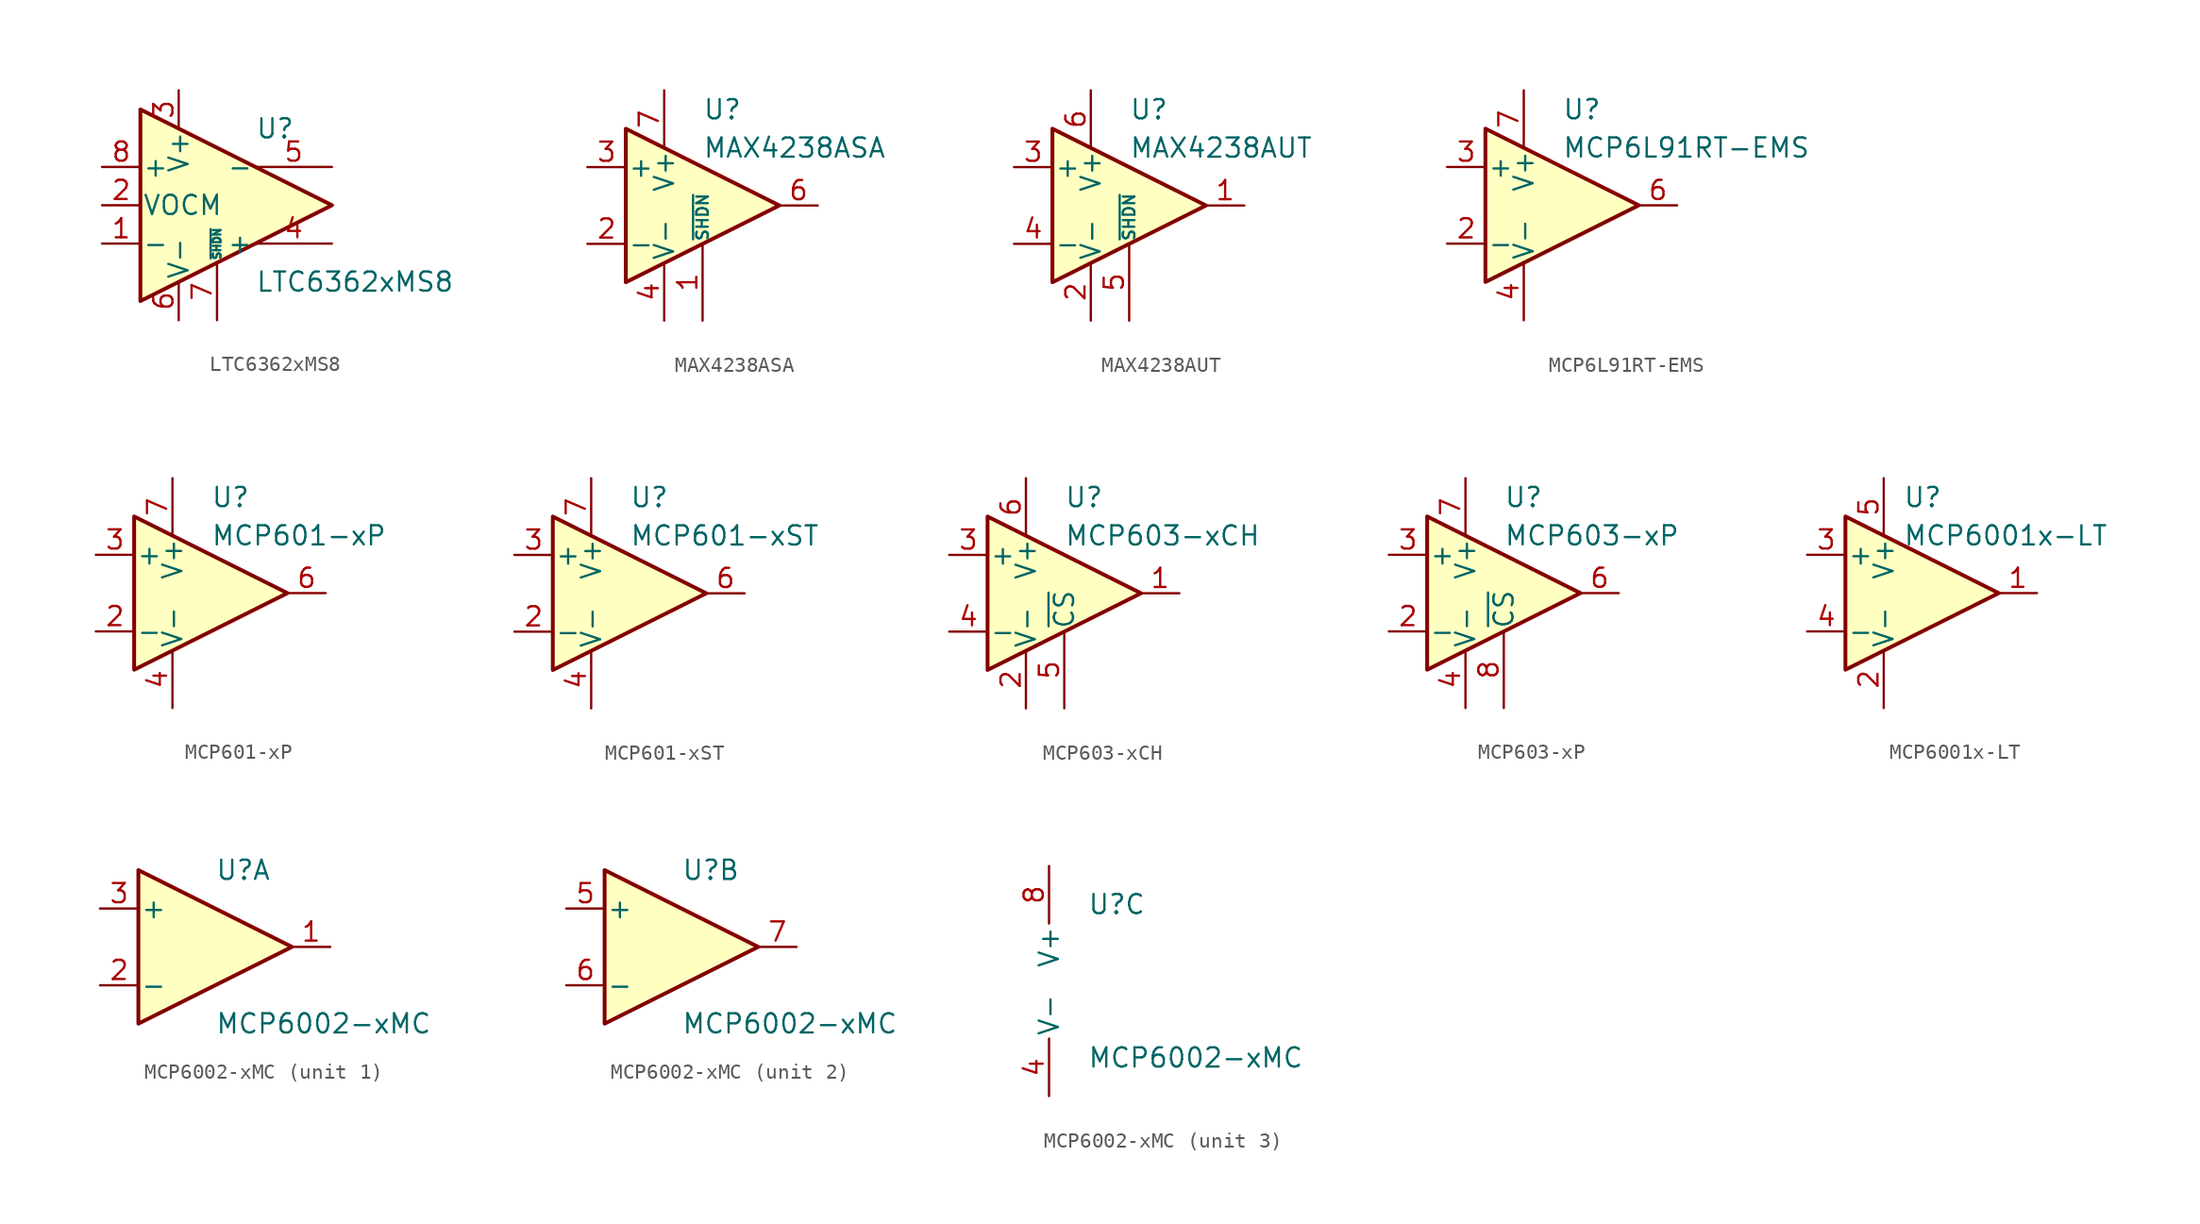
<source format=kicad_sym>
(kicad_symbol_lib
  (version 20201005)
  (generator kicad_symbol_editor)
  (symbol "Amplifier_Operational:LTC6362xMS8"
    (pin_names
      (offset 0.127))
    (property "Reference" "U"
      (at 2.54 5.08 0)
      (effects (font (size 1.27 1.27)) (justify left)))
    (property "Value" "LTC6362xMS8"
      (at 2.54 -5.08 0)
      (effects (font (size 1.27 1.27)) (justify left)))
    (symbol "LTC6362xMS8_0_1"
      (polyline (pts (xy -5.08 6.35) (xy -5.08 -6.35) (xy 7.62 0) (xy -5.08 6.35)) (stroke (width 0.254)) (fill (type background))))
    (symbol "LTC6362xMS8_1_1"
      (pin input line (at -7.62 -2.54 0) (length 2.54) (name "-" (effects (font (size 1.27 1.27)))) (number "1" (effects (font (size 1.27 1.27)))))
      (pin input line (at -7.62 0 0) (length 2.54) (name "VOCM" (effects (font (size 1.27 1.27)))) (number "2" (effects (font (size 1.27 1.27)))))
      (pin power_in line (at -2.54 7.62 270) (length 2.54) (name "V+" (effects (font (size 1.27 1.27)))) (number "3" (effects (font (size 1.27 1.27)))))
      (pin output line (at 7.62 -2.54 180) (length 5.08) (name "+" (effects (font (size 1.27 1.27)))) (number "4" (effects (font (size 1.27 1.27)))))
      (pin output line (at 7.62 2.54 180) (length 5.08) (name "-" (effects (font (size 1.27 1.27)))) (number "5" (effects (font (size 1.27 1.27)))))
      (pin power_in line (at -2.54 -7.62 90) (length 2.54) (name "V-" (effects (font (size 1.27 1.27)))) (number "6" (effects (font (size 1.27 1.27)))))
      (pin input line (at 0 -7.62 90) (length 3.81) (name "~SHDN" (effects (font (size 0.508 0.508)))) (number "7" (effects (font (size 1.27 1.27)))))
      (pin input line (at -7.62 2.54 0) (length 2.54) (name "+" (effects (font (size 1.27 1.27)))) (number "8" (effects (font (size 1.27 1.27)))))))
  (symbol "Amplifier_Operational:MAX4238ASA"
    (pin_names
      (offset 0.127))
    (property "Reference" "U"
      (at 0 6.35 0)
      (effects (font (size 1.27 1.27)) (justify left)))
    (property "Value" "MAX4238ASA"
      (at 0 3.81 0)
      (effects (font (size 1.27 1.27)) (justify left)))
    (symbol "MAX4238ASA_0_1"
      (polyline (pts (xy -5.08 5.08) (xy 5.08 0) (xy -5.08 -5.08) (xy -5.08 5.08)) (stroke (width 0.254)) (fill (type background))))
    (symbol "MAX4238ASA_1_1"
      (pin input line (at 0 -7.62 90) (length 5.08) (name "~SHDN" (effects (font (size 0.762 0.762)))) (number "1" (effects (font (size 1.27 1.27)))))
      (pin input line (at -7.62 -2.54 0) (length 2.54) (name "-" (effects (font (size 1.27 1.27)))) (number "2" (effects (font (size 1.27 1.27)))))
      (pin input line (at -7.62 2.54 0) (length 2.54) (name "+" (effects (font (size 1.27 1.27)))) (number "3" (effects (font (size 1.27 1.27)))))
      (pin power_in line (at -2.54 -7.62 90) (length 3.81) (name "V-" (effects (font (size 1.27 1.27)))) (number "4" (effects (font (size 1.27 1.27)))))
      (pin no_connect line (at 0 -2.54 90) (length 2.54) hide (name "NC" (effects (font (size 1.27 1.27)))) (number "5" (effects (font (size 1.27 1.27)))))
      (pin output line (at 7.62 0 180) (length 2.54) (name "~" (effects (font (size 1.27 1.27)))) (number "6" (effects (font (size 1.27 1.27)))))
      (pin power_in line (at -2.54 7.62 270) (length 3.81) (name "V+" (effects (font (size 1.27 1.27)))) (number "7" (effects (font (size 1.27 1.27)))))
      (pin no_connect line (at 0 2.54 270) (length 2.54) hide (name "NC" (effects (font (size 1.27 1.27)))) (number "8" (effects (font (size 1.27 1.27)))))))
  (symbol "Amplifier_Operational:MAX4238AUT"
    (pin_names
      (offset 0.127))
    (property "Reference" "U"
      (at 0 6.35 0)
      (effects (font (size 1.27 1.27)) (justify left)))
    (property "Value" "MAX4238AUT"
      (at 0 3.81 0)
      (effects (font (size 1.27 1.27)) (justify left)))
    (symbol "MAX4238AUT_0_1"
      (polyline (pts (xy -5.08 5.08) (xy 5.08 0) (xy -5.08 -5.08) (xy -5.08 5.08)) (stroke (width 0.254)) (fill (type background))))
    (symbol "MAX4238AUT_1_1"
      (pin output line (at 7.62 0 180) (length 2.54) (name "~" (effects (font (size 1.27 1.27)))) (number "1" (effects (font (size 1.27 1.27)))))
      (pin power_in line (at -2.54 -7.62 90) (length 3.81) (name "V-" (effects (font (size 1.27 1.27)))) (number "2" (effects (font (size 1.27 1.27)))))
      (pin input line (at -7.62 2.54 0) (length 2.54) (name "+" (effects (font (size 1.27 1.27)))) (number "3" (effects (font (size 1.27 1.27)))))
      (pin input line (at -7.62 -2.54 0) (length 2.54) (name "-" (effects (font (size 1.27 1.27)))) (number "4" (effects (font (size 1.27 1.27)))))
      (pin input line (at 0 -7.62 90) (length 5.08) (name "~SHDN" (effects (font (size 0.762 0.762)))) (number "5" (effects (font (size 1.27 1.27)))))
      (pin power_in line (at -2.54 7.62 270) (length 3.81) (name "V+" (effects (font (size 1.27 1.27)))) (number "6" (effects (font (size 1.27 1.27)))))))
  (symbol "Amplifier_Operational:MCP6L91RT-EMS"
    (pin_names
      (offset 0.127))
    (property "Reference" "U"
      (at 0 6.35 0)
      (effects (font (size 1.27 1.27)) (justify left)))
    (property "Value" "MCP6L91RT-EMS"
      (at 0 3.81 0)
      (effects (font (size 1.27 1.27)) (justify left)))
    (symbol "MCP6L91RT-EMS_0_1"
      (polyline (pts (xy -5.08 5.08) (xy 5.08 0) (xy -5.08 -5.08) (xy -5.08 5.08)) (stroke (width 0.254)) (fill (type background))))
    (symbol "MCP6L91RT-EMS_1_1"
      (pin no_connect line (at -2.54 2.54 270) (length 2.54) hide (name "NC" (effects (font (size 1.27 1.27)))) (number "1" (effects (font (size 1.27 1.27)))))
      (pin input line (at -7.62 -2.54 0) (length 2.54) (name "-" (effects (font (size 1.27 1.27)))) (number "2" (effects (font (size 1.27 1.27)))))
      (pin input line (at -7.62 2.54 0) (length 2.54) (name "+" (effects (font (size 1.27 1.27)))) (number "3" (effects (font (size 1.27 1.27)))))
      (pin power_in line (at -2.54 -7.62 90) (length 3.81) (name "V-" (effects (font (size 1.27 1.27)))) (number "4" (effects (font (size 1.27 1.27)))))
      (pin no_connect line (at 0 2.54 270) (length 2.54) hide (name "NC" (effects (font (size 1.27 1.27)))) (number "5" (effects (font (size 1.27 1.27)))))
      (pin output line (at 7.62 0 180) (length 2.54) (name "~" (effects (font (size 1.27 1.27)))) (number "6" (effects (font (size 1.27 1.27)))))
      (pin power_in line (at -2.54 7.62 270) (length 3.81) (name "V+" (effects (font (size 1.27 1.27)))) (number "7" (effects (font (size 1.27 1.27)))))
      (pin no_connect line (at 0 -2.54 90) (length 2.54) hide (name "NC" (effects (font (size 1.27 1.27)))) (number "8" (effects (font (size 1.27 1.27)))))))
  (symbol "Amplifier_Operational:MCP601-xP"
    (pin_names
      (offset 0.127))
    (property "Reference" "U"
      (at 0 6.35 0)
      (effects (font (size 1.27 1.27)) (justify left)))
    (property "Value" "MCP601-xP"
      (at 0 3.81 0)
      (effects (font (size 1.27 1.27)) (justify left)))
    (symbol "MCP601-xP_0_1"
      (polyline (pts (xy -5.08 5.08) (xy 5.08 0) (xy -5.08 -5.08) (xy -5.08 5.08)) (stroke (width 0.254)) (fill (type background))))
    (symbol "MCP601-xP_1_1"
      (pin no_connect line (at -5.08 -2.54 90) (length 2.54) hide (name "NC" (effects (font (size 1.27 1.27)))) (number "1" (effects (font (size 1.27 1.27)))))
      (pin input line (at -7.62 -2.54 0) (length 2.54) (name "-" (effects (font (size 1.27 1.27)))) (number "2" (effects (font (size 1.27 1.27)))))
      (pin input line (at -7.62 2.54 0) (length 2.54) (name "+" (effects (font (size 1.27 1.27)))) (number "3" (effects (font (size 1.27 1.27)))))
      (pin power_in line (at -2.54 -7.62 90) (length 3.81) (name "V-" (effects (font (size 1.27 1.27)))) (number "4" (effects (font (size 1.27 1.27)))))
      (pin no_connect line (at -2.54 -2.54 90) (length 2.54) hide (name "NC" (effects (font (size 1.27 1.27)))) (number "5" (effects (font (size 1.27 1.27)))))
      (pin output line (at 7.62 0 180) (length 2.54) (name "~" (effects (font (size 1.27 1.27)))) (number "6" (effects (font (size 1.27 1.27)))))
      (pin power_in line (at -2.54 7.62 270) (length 3.81) (name "V+" (effects (font (size 1.27 1.27)))) (number "7" (effects (font (size 1.27 1.27)))))
      (pin no_connect line (at 0 -2.54 90) (length 2.54) hide (name "NC" (effects (font (size 1.27 1.27)))) (number "8" (effects (font (size 1.27 1.27)))))))
  (symbol "Amplifier_Operational:MCP601-xST"
    (pin_names
      (offset 0.127))
    (property "Reference" "U"
      (at 0 6.35 0)
      (effects (font (size 1.27 1.27)) (justify left)))
    (property "Value" "MCP601-xST"
      (at 0 3.81 0)
      (effects (font (size 1.27 1.27)) (justify left)))
    (symbol "MCP601-xST_0_1"
      (polyline (pts (xy -5.08 5.08) (xy 5.08 0) (xy -5.08 -5.08) (xy -5.08 5.08)) (stroke (width 0.254)) (fill (type background))))
    (symbol "MCP601-xST_1_1"
      (pin no_connect line (at -2.54 2.54 270) (length 2.54) hide (name "NC" (effects (font (size 1.27 1.27)))) (number "1" (effects (font (size 1.27 1.27)))))
      (pin input line (at -7.62 -2.54 0) (length 2.54) (name "-" (effects (font (size 1.27 1.27)))) (number "2" (effects (font (size 1.27 1.27)))))
      (pin input line (at -7.62 2.54 0) (length 2.54) (name "+" (effects (font (size 1.27 1.27)))) (number "3" (effects (font (size 1.27 1.27)))))
      (pin power_in line (at -2.54 -7.62 90) (length 3.81) (name "V-" (effects (font (size 1.27 1.27)))) (number "4" (effects (font (size 1.27 1.27)))))
      (pin no_connect line (at 0 2.54 270) (length 2.54) hide (name "NC" (effects (font (size 1.27 1.27)))) (number "5" (effects (font (size 1.27 1.27)))))
      (pin output line (at 7.62 0 180) (length 2.54) (name "~" (effects (font (size 1.27 1.27)))) (number "6" (effects (font (size 1.27 1.27)))))
      (pin power_in line (at -2.54 7.62 270) (length 3.81) (name "V+" (effects (font (size 1.27 1.27)))) (number "7" (effects (font (size 1.27 1.27)))))
      (pin no_connect line (at 0 -2.54 90) (length 2.54) hide (name "NC" (effects (font (size 1.27 1.27)))) (number "8" (effects (font (size 1.27 1.27)))))))
  (symbol "Amplifier_Operational:MCP603-xCH"
    (pin_names
      (offset 0.127))
    (property "Reference" "U"
      (at 0 6.35 0)
      (effects (font (size 1.27 1.27)) (justify left)))
    (property "Value" "MCP603-xCH"
      (at 0 3.81 0)
      (effects (font (size 1.27 1.27)) (justify left)))
    (symbol "MCP603-xCH_0_1"
      (polyline (pts (xy -5.08 5.08) (xy 5.08 0) (xy -5.08 -5.08) (xy -5.08 5.08)) (stroke (width 0.254)) (fill (type background))))
    (symbol "MCP603-xCH_1_1"
      (pin output line (at 7.62 0 180) (length 2.54) (name "~" (effects (font (size 1.27 1.27)))) (number "1" (effects (font (size 1.27 1.27)))))
      (pin power_in line (at -2.54 -7.62 90) (length 3.81) (name "V-" (effects (font (size 1.27 1.27)))) (number "2" (effects (font (size 1.27 1.27)))))
      (pin input line (at -7.62 2.54 0) (length 2.54) (name "+" (effects (font (size 1.27 1.27)))) (number "3" (effects (font (size 1.27 1.27)))))
      (pin input line (at -7.62 -2.54 0) (length 2.54) (name "-" (effects (font (size 1.27 1.27)))) (number "4" (effects (font (size 1.27 1.27)))))
      (pin input line (at 0 -7.62 90) (length 5.08) (name "~CS" (effects (font (size 1.27 1.27)))) (number "5" (effects (font (size 1.27 1.27)))))
      (pin power_in line (at -2.54 7.62 270) (length 3.81) (name "V+" (effects (font (size 1.27 1.27)))) (number "6" (effects (font (size 1.27 1.27)))))))
  (symbol "Amplifier_Operational:MCP603-xP"
    (pin_names
      (offset 0.127))
    (property "Reference" "U"
      (at 0 6.35 0)
      (effects (font (size 1.27 1.27)) (justify left)))
    (property "Value" "MCP603-xP"
      (at 0 3.81 0)
      (effects (font (size 1.27 1.27)) (justify left)))
    (symbol "MCP603-xP_0_1"
      (polyline (pts (xy -5.08 5.08) (xy 5.08 0) (xy -5.08 -5.08) (xy -5.08 5.08)) (stroke (width 0.254)) (fill (type background))))
    (symbol "MCP603-xP_1_1"
      (pin no_connect line (at 0 -2.54 90) (length 2.54) hide (name "NC" (effects (font (size 1.27 1.27)))) (number "1" (effects (font (size 1.27 1.27)))))
      (pin input line (at -7.62 -2.54 0) (length 2.54) (name "-" (effects (font (size 1.27 1.27)))) (number "2" (effects (font (size 1.27 1.27)))))
      (pin input line (at -7.62 2.54 0) (length 2.54) (name "+" (effects (font (size 1.27 1.27)))) (number "3" (effects (font (size 1.27 1.27)))))
      (pin power_in line (at -2.54 -7.62 90) (length 3.81) (name "V-" (effects (font (size 1.27 1.27)))) (number "4" (effects (font (size 1.27 1.27)))))
      (pin no_connect line (at -2.54 -2.54 90) (length 2.54) hide (name "NC" (effects (font (size 1.27 1.27)))) (number "5" (effects (font (size 1.27 1.27)))))
      (pin output line (at 7.62 0 180) (length 2.54) (name "~" (effects (font (size 1.27 1.27)))) (number "6" (effects (font (size 1.27 1.27)))))
      (pin power_in line (at -2.54 7.62 270) (length 3.81) (name "V+" (effects (font (size 1.27 1.27)))) (number "7" (effects (font (size 1.27 1.27)))))
      (pin input line (at 0 -7.62 90) (length 5.08) (name "~CS" (effects (font (size 1.27 1.27)))) (number "8" (effects (font (size 1.27 1.27)))))))
  (symbol "Amplifier_Operational:MCP6001x-LT"
    (pin_names
      (offset 0.127))
    (property "Reference" "U"
      (at -1.27 6.35 0)
      (effects (font (size 1.27 1.27)) (justify left)))
    (property "Value" "MCP6001x-LT"
      (at -1.27 3.81 0)
      (effects (font (size 1.27 1.27)) (justify left)))
    (symbol "MCP6001x-LT_0_1"
      (polyline (pts (xy -5.08 5.08) (xy 5.08 0) (xy -5.08 -5.08) (xy -5.08 5.08)) (stroke (width 0.254)) (fill (type background)))
      (pin power_in line (at -2.54 -7.62 90) (length 3.81) (name "V-" (effects (font (size 1.27 1.27)))) (number "2" (effects (font (size 1.27 1.27)))))
      (pin power_in line (at -2.54 7.62 270) (length 3.81) (name "V+" (effects (font (size 1.27 1.27)))) (number "5" (effects (font (size 1.27 1.27))))))
    (symbol "MCP6001x-LT_1_1"
      (pin output line (at 7.62 0 180) (length 2.54) (name "~" (effects (font (size 1.27 1.27)))) (number "1" (effects (font (size 1.27 1.27)))))
      (pin input line (at -7.62 2.54 0) (length 2.54) (name "+" (effects (font (size 1.27 1.27)))) (number "3" (effects (font (size 1.27 1.27)))))
      (pin input line (at -7.62 -2.54 0) (length 2.54) (name "-" (effects (font (size 1.27 1.27)))) (number "4" (effects (font (size 1.27 1.27)))))))
  (symbol "Amplifier_Operational:MCP6002-xMC"
    (pin_names
      (offset 0.127))
    (property "Reference" "U"
      (at 0 5.08 0)
      (effects (font (size 1.27 1.27)) (justify left)))
    (property "Value" "MCP6002-xMC"
      (at 0 -5.08 0)
      (effects (font (size 1.27 1.27)) (justify left)))
    (property "ki_locked" ""
      (at 0 0 0)
      (effects (font (size 1.27 1.27))))
    (symbol "MCP6002-xMC_1_1"
      (polyline (pts (xy -5.08 5.08) (xy 5.08 0) (xy -5.08 -5.08) (xy -5.08 5.08)) (stroke (width 0.254)) (fill (type background)))
      (pin output line (at 7.62 0 180) (length 2.54) (name "~" (effects (font (size 1.27 1.27)))) (number "1" (effects (font (size 1.27 1.27)))))
      (pin input line (at -7.62 -2.54 0) (length 2.54) (name "-" (effects (font (size 1.27 1.27)))) (number "2" (effects (font (size 1.27 1.27)))))
      (pin input line (at -7.62 2.54 0) (length 2.54) (name "+" (effects (font (size 1.27 1.27)))) (number "3" (effects (font (size 1.27 1.27))))))
    (symbol "MCP6002-xMC_2_1"
      (polyline (pts (xy -5.08 5.08) (xy 5.08 0) (xy -5.08 -5.08) (xy -5.08 5.08)) (stroke (width 0.254)) (fill (type background)))
      (pin input line (at -7.62 2.54 0) (length 2.54) (name "+" (effects (font (size 1.27 1.27)))) (number "5" (effects (font (size 1.27 1.27)))))
      (pin input line (at -7.62 -2.54 0) (length 2.54) (name "-" (effects (font (size 1.27 1.27)))) (number "6" (effects (font (size 1.27 1.27)))))
      (pin output line (at 7.62 0 180) (length 2.54) (name "~" (effects (font (size 1.27 1.27)))) (number "7" (effects (font (size 1.27 1.27))))))
    (symbol "MCP6002-xMC_3_1"
      (pin power_in line (at -2.54 -7.62 90) (length 3.81) (name "V-" (effects (font (size 1.27 1.27)))) (number "4" (effects (font (size 1.27 1.27)))))
      (pin power_in line (at -2.54 7.62 270) (length 3.81) (name "V+" (effects (font (size 1.27 1.27)))) (number "8" (effects (font (size 1.27 1.27)))))
      (pin passive line (at -2.54 -7.62 90) (length 3.81) hide (name "V-" (effects (font (size 1.27 1.27)))) (number "9" (effects (font (size 1.27 1.27))))))))
</source>
